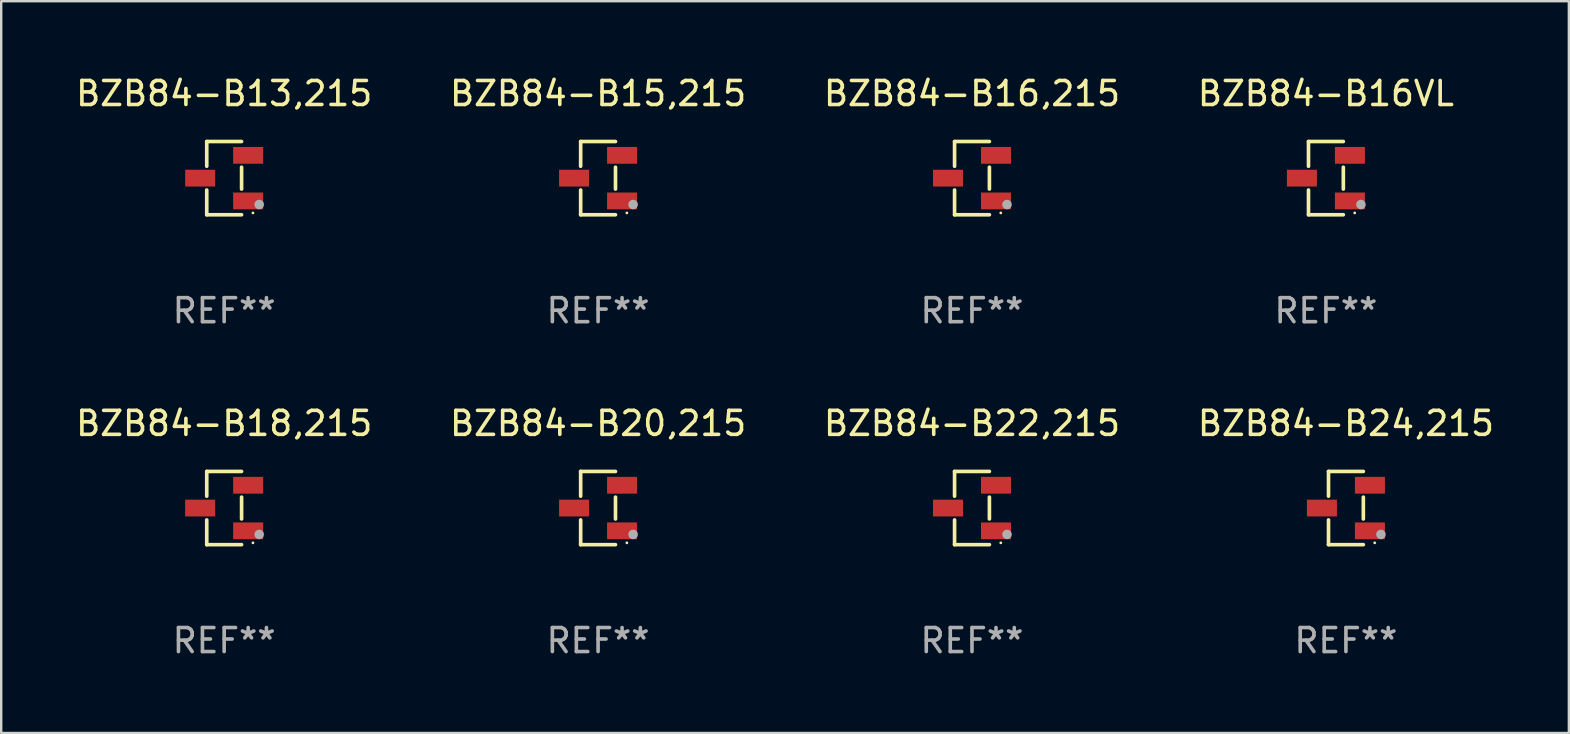
<source format=kicad_pcb>
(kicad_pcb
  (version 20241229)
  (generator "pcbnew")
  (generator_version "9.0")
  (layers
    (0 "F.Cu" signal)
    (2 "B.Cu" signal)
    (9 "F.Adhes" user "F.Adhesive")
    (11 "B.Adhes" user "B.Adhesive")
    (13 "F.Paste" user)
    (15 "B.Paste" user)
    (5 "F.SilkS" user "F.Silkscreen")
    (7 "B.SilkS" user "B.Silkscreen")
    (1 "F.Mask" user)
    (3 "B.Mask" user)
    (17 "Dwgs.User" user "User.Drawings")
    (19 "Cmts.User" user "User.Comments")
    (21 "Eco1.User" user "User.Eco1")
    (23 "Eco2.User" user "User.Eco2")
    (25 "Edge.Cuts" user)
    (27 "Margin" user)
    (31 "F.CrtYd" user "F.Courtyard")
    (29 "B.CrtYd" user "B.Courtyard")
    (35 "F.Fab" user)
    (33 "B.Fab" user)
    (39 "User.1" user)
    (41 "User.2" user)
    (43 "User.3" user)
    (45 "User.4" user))
  (footprint "BZB84-B20,215"
    (layer "F.Cu")
    (at 21.875 18.123)
    (property "Reference" "BZB84-B20,215" (at 0 -3.526 0) (layer "F.SilkS") (effects (font (size 1 1) (thickness 0.15))))
    (attr through_hole)
    (fp_line (start -0.726 -1.526) (end -0.726 -0.495) (stroke (width 0.152) (type solid)) (layer "F.SilkS"))
    (fp_line (start -0.726 1.526) (end -0.726 0.495) (stroke (width 0.152) (type solid)) (layer "F.SilkS"))
    (fp_line (start 0.726 -1.526) (end -0.726 -1.526) (stroke (width 0.152) (type solid)) (layer "F.SilkS"))
    (fp_line (start 0.726 -0.455) (end 0.726 0.455) (stroke (width 0.152) (type solid)) (layer "F.SilkS"))
    (fp_line (start 0.726 1.526) (end -0.726 1.526) (stroke (width 0.152) (type solid)) (layer "F.SilkS"))
    (fp_circle (center 1.2 1.45) (end 1.23 1.45) (stroke (width 0.06) (type solid)) (fill no) (layer "F.SilkS"))
    (fp_circle (center 1.46 1.1) (end 1.56 1.1) (stroke (width 0.2) (type solid)) (fill no) (layer "F.Fab"))
    (fp_text user "REF**" (at 0 5.526 0) (layer "F.Fab") (effects (font (size 1 1) (thickness 0.15))))
    (pad "1" smd rect (at 1 0.95) (size 1.25 0.7) (layers "F.Cu" "F.Mask" "F.Paste"))
    (pad "2" smd rect (at 1 -0.95) (size 1.25 0.7) (layers "F.Cu" "F.Mask" "F.Paste"))
    (pad "3" smd rect (at -1 0) (size 1.25 0.7) (layers "F.Cu" "F.Mask" "F.Paste")))
  (footprint "BZB84-B24,215"
    (layer "F.Cu")
    (at 53.042 18.123)
    (property "Reference" "BZB84-B24,215" (at 0 -3.526 0) (layer "F.SilkS") (effects (font (size 1 1) (thickness 0.15))))
    (attr through_hole)
    (fp_line (start -0.726 -1.526) (end -0.726 -0.495) (stroke (width 0.152) (type solid)) (layer "F.SilkS"))
    (fp_line (start -0.726 1.526) (end -0.726 0.495) (stroke (width 0.152) (type solid)) (layer "F.SilkS"))
    (fp_line (start 0.726 -1.526) (end -0.726 -1.526) (stroke (width 0.152) (type solid)) (layer "F.SilkS"))
    (fp_line (start 0.726 -0.455) (end 0.726 0.455) (stroke (width 0.152) (type solid)) (layer "F.SilkS"))
    (fp_line (start 0.726 1.526) (end -0.726 1.526) (stroke (width 0.152) (type solid)) (layer "F.SilkS"))
    (fp_circle (center 1.2 1.45) (end 1.23 1.45) (stroke (width 0.06) (type solid)) (fill no) (layer "F.SilkS"))
    (fp_circle (center 1.46 1.1) (end 1.56 1.1) (stroke (width 0.2) (type solid)) (fill no) (layer "F.Fab"))
    (fp_text user "REF**" (at 0 5.526 0) (layer "F.Fab") (effects (font (size 1 1) (thickness 0.15))))
    (pad "1" smd rect (at 1 0.95) (size 1.25 0.7) (layers "F.Cu" "F.Mask" "F.Paste"))
    (pad "2" smd rect (at 1 -0.95) (size 1.25 0.7) (layers "F.Cu" "F.Mask" "F.Paste"))
    (pad "3" smd rect (at -1 0) (size 1.25 0.7) (layers "F.Cu" "F.Mask" "F.Paste")))
  (footprint "BZB84-B16VL"
    (layer "F.Cu")
    (at 52.208 4.374)
    (property "Reference" "BZB84-B16VL" (at 0 -3.526 0) (layer "F.SilkS") (effects (font (size 1 1) (thickness 0.15))))
    (attr through_hole)
    (fp_line (start -0.726 -1.526) (end -0.726 -0.495) (stroke (width 0.152) (type solid)) (layer "F.SilkS"))
    (fp_line (start -0.726 1.526) (end -0.726 0.495) (stroke (width 0.152) (type solid)) (layer "F.SilkS"))
    (fp_line (start 0.726 -1.526) (end -0.726 -1.526) (stroke (width 0.152) (type solid)) (layer "F.SilkS"))
    (fp_line (start 0.726 -0.455) (end 0.726 0.455) (stroke (width 0.152) (type solid)) (layer "F.SilkS"))
    (fp_line (start 0.726 1.526) (end -0.726 1.526) (stroke (width 0.152) (type solid)) (layer "F.SilkS"))
    (fp_circle (center 1.2 1.45) (end 1.23 1.45) (stroke (width 0.06) (type solid)) (fill no) (layer "F.SilkS"))
    (fp_circle (center 1.46 1.1) (end 1.56 1.1) (stroke (width 0.2) (type solid)) (fill no) (layer "F.Fab"))
    (fp_text user "REF**" (at 0 5.526 0) (layer "F.Fab") (effects (font (size 1 1) (thickness 0.15))))
    (pad "1" smd rect (at 1 0.95) (size 1.25 0.7) (layers "F.Cu" "F.Mask" "F.Paste"))
    (pad "2" smd rect (at 1 -0.95) (size 1.25 0.7) (layers "F.Cu" "F.Mask" "F.Paste"))
    (pad "3" smd rect (at -1 0) (size 1.25 0.7) (layers "F.Cu" "F.Mask" "F.Paste")))
  (footprint "BZB84-B16,215"
    (layer "F.Cu")
    (at 37.458 4.374)
    (property "Reference" "BZB84-B16,215" (at 0 -3.526 0) (layer "F.SilkS") (effects (font (size 1 1) (thickness 0.15))))
    (attr through_hole)
    (fp_line (start -0.726 -1.526) (end -0.726 -0.495) (stroke (width 0.152) (type solid)) (layer "F.SilkS"))
    (fp_line (start -0.726 1.526) (end -0.726 0.495) (stroke (width 0.152) (type solid)) (layer "F.SilkS"))
    (fp_line (start 0.726 -1.526) (end -0.726 -1.526) (stroke (width 0.152) (type solid)) (layer "F.SilkS"))
    (fp_line (start 0.726 -0.455) (end 0.726 0.455) (stroke (width 0.152) (type solid)) (layer "F.SilkS"))
    (fp_line (start 0.726 1.526) (end -0.726 1.526) (stroke (width 0.152) (type solid)) (layer "F.SilkS"))
    (fp_circle (center 1.2 1.45) (end 1.23 1.45) (stroke (width 0.06) (type solid)) (fill no) (layer "F.SilkS"))
    (fp_circle (center 1.46 1.1) (end 1.56 1.1) (stroke (width 0.2) (type solid)) (fill no) (layer "F.Fab"))
    (fp_text user "REF**" (at 0 5.526 0) (layer "F.Fab") (effects (font (size 1 1) (thickness 0.15))))
    (pad "1" smd rect (at 1 0.95) (size 1.25 0.7) (layers "F.Cu" "F.Mask" "F.Paste"))
    (pad "2" smd rect (at 1 -0.95) (size 1.25 0.7) (layers "F.Cu" "F.Mask" "F.Paste"))
    (pad "3" smd rect (at -1 0) (size 1.25 0.7) (layers "F.Cu" "F.Mask" "F.Paste")))
  (footprint "BZB84-B22,215"
    (layer "F.Cu")
    (at 37.458 18.123)
    (property "Reference" "BZB84-B22,215" (at 0 -3.526 0) (layer "F.SilkS") (effects (font (size 1 1) (thickness 0.15))))
    (attr through_hole)
    (fp_line (start -0.726 -1.526) (end -0.726 -0.495) (stroke (width 0.152) (type solid)) (layer "F.SilkS"))
    (fp_line (start -0.726 1.526) (end -0.726 0.495) (stroke (width 0.152) (type solid)) (layer "F.SilkS"))
    (fp_line (start 0.726 -1.526) (end -0.726 -1.526) (stroke (width 0.152) (type solid)) (layer "F.SilkS"))
    (fp_line (start 0.726 -0.455) (end 0.726 0.455) (stroke (width 0.152) (type solid)) (layer "F.SilkS"))
    (fp_line (start 0.726 1.526) (end -0.726 1.526) (stroke (width 0.152) (type solid)) (layer "F.SilkS"))
    (fp_circle (center 1.2 1.45) (end 1.23 1.45) (stroke (width 0.06) (type solid)) (fill no) (layer "F.SilkS"))
    (fp_circle (center 1.46 1.1) (end 1.56 1.1) (stroke (width 0.2) (type solid)) (fill no) (layer "F.Fab"))
    (fp_text user "REF**" (at 0 5.526 0) (layer "F.Fab") (effects (font (size 1 1) (thickness 0.15))))
    (pad "1" smd rect (at 1 0.95) (size 1.25 0.7) (layers "F.Cu" "F.Mask" "F.Paste"))
    (pad "2" smd rect (at 1 -0.95) (size 1.25 0.7) (layers "F.Cu" "F.Mask" "F.Paste"))
    (pad "3" smd rect (at -1 0) (size 1.25 0.7) (layers "F.Cu" "F.Mask" "F.Paste")))
  (footprint "BZB84-B15,215"
    (layer "F.Cu")
    (at 21.875 4.374)
    (property "Reference" "BZB84-B15,215" (at 0 -3.526 0) (layer "F.SilkS") (effects (font (size 1 1) (thickness 0.15))))
    (attr through_hole)
    (fp_line (start -0.726 -1.526) (end -0.726 -0.495) (stroke (width 0.152) (type solid)) (layer "F.SilkS"))
    (fp_line (start -0.726 1.526) (end -0.726 0.495) (stroke (width 0.152) (type solid)) (layer "F.SilkS"))
    (fp_line (start 0.726 -1.526) (end -0.726 -1.526) (stroke (width 0.152) (type solid)) (layer "F.SilkS"))
    (fp_line (start 0.726 -0.455) (end 0.726 0.455) (stroke (width 0.152) (type solid)) (layer "F.SilkS"))
    (fp_line (start 0.726 1.526) (end -0.726 1.526) (stroke (width 0.152) (type solid)) (layer "F.SilkS"))
    (fp_circle (center 1.2 1.45) (end 1.23 1.45) (stroke (width 0.06) (type solid)) (fill no) (layer "F.SilkS"))
    (fp_circle (center 1.46 1.1) (end 1.56 1.1) (stroke (width 0.2) (type solid)) (fill no) (layer "F.Fab"))
    (fp_text user "REF**" (at 0 5.526 0) (layer "F.Fab") (effects (font (size 1 1) (thickness 0.15))))
    (pad "1" smd rect (at 1 0.95) (size 1.25 0.7) (layers "F.Cu" "F.Mask" "F.Paste"))
    (pad "2" smd rect (at 1 -0.95) (size 1.25 0.7) (layers "F.Cu" "F.Mask" "F.Paste"))
    (pad "3" smd rect (at -1 0) (size 1.25 0.7) (layers "F.Cu" "F.Mask" "F.Paste")))
  (footprint "BZB84-B18,215"
    (layer "F.Cu")
    (at 6.292 18.123)
    (property "Reference" "BZB84-B18,215" (at 0 -3.526 0) (layer "F.SilkS") (effects (font (size 1 1) (thickness 0.15))))
    (attr through_hole)
    (fp_line (start -0.726 -1.526) (end -0.726 -0.495) (stroke (width 0.152) (type solid)) (layer "F.SilkS"))
    (fp_line (start -0.726 1.526) (end -0.726 0.495) (stroke (width 0.152) (type solid)) (layer "F.SilkS"))
    (fp_line (start 0.726 -1.526) (end -0.726 -1.526) (stroke (width 0.152) (type solid)) (layer "F.SilkS"))
    (fp_line (start 0.726 -0.455) (end 0.726 0.455) (stroke (width 0.152) (type solid)) (layer "F.SilkS"))
    (fp_line (start 0.726 1.526) (end -0.726 1.526) (stroke (width 0.152) (type solid)) (layer "F.SilkS"))
    (fp_circle (center 1.2 1.45) (end 1.23 1.45) (stroke (width 0.06) (type solid)) (fill no) (layer "F.SilkS"))
    (fp_circle (center 1.46 1.1) (end 1.56 1.1) (stroke (width 0.2) (type solid)) (fill no) (layer "F.Fab"))
    (fp_text user "REF**" (at 0 5.526 0) (layer "F.Fab") (effects (font (size 1 1) (thickness 0.15))))
    (pad "1" smd rect (at 1 0.95) (size 1.25 0.7) (layers "F.Cu" "F.Mask" "F.Paste"))
    (pad "2" smd rect (at 1 -0.95) (size 1.25 0.7) (layers "F.Cu" "F.Mask" "F.Paste"))
    (pad "3" smd rect (at -1 0) (size 1.25 0.7) (layers "F.Cu" "F.Mask" "F.Paste")))
  (footprint "BZB84-B13,215"
    (layer "F.Cu")
    (at 6.292 4.374)
    (property "Reference" "BZB84-B13,215" (at 0 -3.526 0) (layer "F.SilkS") (effects (font (size 1 1) (thickness 0.15))))
    (attr through_hole)
    (fp_line (start -0.726 -1.526) (end -0.726 -0.495) (stroke (width 0.152) (type solid)) (layer "F.SilkS"))
    (fp_line (start -0.726 1.526) (end -0.726 0.495) (stroke (width 0.152) (type solid)) (layer "F.SilkS"))
    (fp_line (start 0.726 -1.526) (end -0.726 -1.526) (stroke (width 0.152) (type solid)) (layer "F.SilkS"))
    (fp_line (start 0.726 -0.455) (end 0.726 0.455) (stroke (width 0.152) (type solid)) (layer "F.SilkS"))
    (fp_line (start 0.726 1.526) (end -0.726 1.526) (stroke (width 0.152) (type solid)) (layer "F.SilkS"))
    (fp_circle (center 1.2 1.45) (end 1.23 1.45) (stroke (width 0.06) (type solid)) (fill no) (layer "F.SilkS"))
    (fp_circle (center 1.46 1.1) (end 1.56 1.1) (stroke (width 0.2) (type solid)) (fill no) (layer "F.Fab"))
    (fp_text user "REF**" (at 0 5.526 0) (layer "F.Fab") (effects (font (size 1 1) (thickness 0.15))))
    (pad "1" smd rect (at 1 0.95) (size 1.25 0.7) (layers "F.Cu" "F.Mask" "F.Paste"))
    (pad "2" smd rect (at 1 -0.95) (size 1.25 0.7) (layers "F.Cu" "F.Mask" "F.Paste"))
    (pad "3" smd rect (at -1 0) (size 1.25 0.7) (layers "F.Cu" "F.Mask" "F.Paste")))
  (gr_rect
    (start -3 -3)
    (end 62.333 27.498)
    (stroke (width 0.1) (type default))
    (fill no)
    (layer "Edge.Cuts")))
</source>
